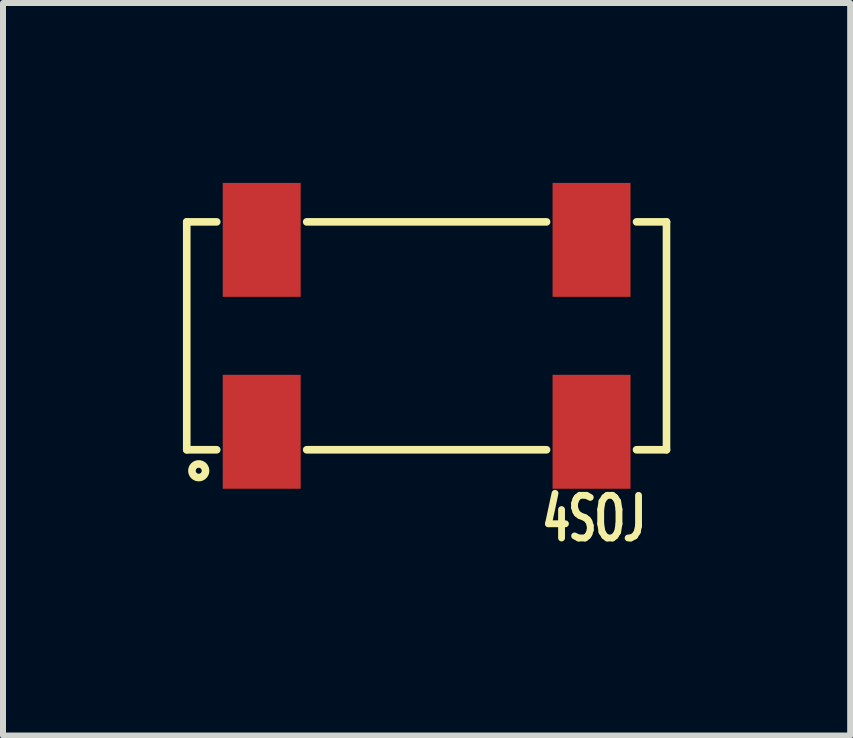
<source format=kicad_pcb>
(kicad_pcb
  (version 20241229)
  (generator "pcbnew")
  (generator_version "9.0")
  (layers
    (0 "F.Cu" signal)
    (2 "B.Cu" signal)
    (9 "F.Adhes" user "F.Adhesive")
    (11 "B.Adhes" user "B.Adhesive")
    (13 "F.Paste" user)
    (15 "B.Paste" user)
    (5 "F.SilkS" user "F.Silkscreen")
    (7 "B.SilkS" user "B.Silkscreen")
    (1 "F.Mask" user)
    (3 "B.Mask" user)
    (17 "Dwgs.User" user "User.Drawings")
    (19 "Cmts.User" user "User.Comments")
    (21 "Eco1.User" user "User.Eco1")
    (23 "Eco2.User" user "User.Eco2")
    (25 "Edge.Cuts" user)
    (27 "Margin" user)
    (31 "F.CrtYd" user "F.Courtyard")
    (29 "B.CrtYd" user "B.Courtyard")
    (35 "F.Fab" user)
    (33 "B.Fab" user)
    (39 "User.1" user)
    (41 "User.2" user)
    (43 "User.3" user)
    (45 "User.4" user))
  (footprint "4SOJ"
    (layer "F.Cu")
    (at 4.064 2.55)
    (property "Reference" "4SOJ" (at 2.794 3.048 0) (layer "F.SilkS") (effects (font (size 0.711 0.457) (thickness 0.114))))
    (attr through_hole)
    (fp_line (start -4 -1.9) (end -3.5 -1.9) (stroke (width 0.127) (type solid)) (layer "F.SilkS"))
    (fp_line (start -4 1.9) (end -4 -1.9) (stroke (width 0.127) (type solid)) (layer "F.SilkS"))
    (fp_line (start -3.5 1.9) (end -4 1.9) (stroke (width 0.127) (type solid)) (layer "F.SilkS"))
    (fp_line (start -2 -1.9) (end 2 -1.9) (stroke (width 0.127) (type solid)) (layer "F.SilkS"))
    (fp_line (start 2 1.9) (end -2 1.9) (stroke (width 0.127) (type solid)) (layer "F.SilkS"))
    (fp_line (start 3.5 -1.9) (end 4 -1.9) (stroke (width 0.127) (type solid)) (layer "F.SilkS"))
    (fp_line (start 4 -1.9) (end 4 1.9) (stroke (width 0.127) (type solid)) (layer "F.SilkS"))
    (fp_line (start 4 1.9) (end 3.5 1.9) (stroke (width 0.127) (type solid)) (layer "F.SilkS"))
    (fp_circle (center -3.8 2.25) (end -3.75 2.25) (stroke (width 0.127) (type solid)) (fill no) (layer "F.SilkS"))
    (pad "1" smd rect (at -2.75 1.6) (size 1.3 1.9) (layers "F.Cu" "F.Mask" "F.Paste"))
    (pad "2" smd rect (at 2.75 1.6) (size 1.3 1.9) (layers "F.Cu" "F.Mask" "F.Paste"))
    (pad "3" smd rect (at -2.75 -1.6) (size 1.3 1.9) (layers "F.Cu" "F.Mask" "F.Paste"))
    (pad "4" smd rect (at 2.75 -1.6) (size 1.3 1.9) (layers "F.Cu" "F.Mask" "F.Paste")))
  (gr_rect
    (start -3 -3)
    (end 11.127 9.215)
    (stroke (width 0.1) (type default))
    (fill no)
    (layer "Edge.Cuts")))
</source>
